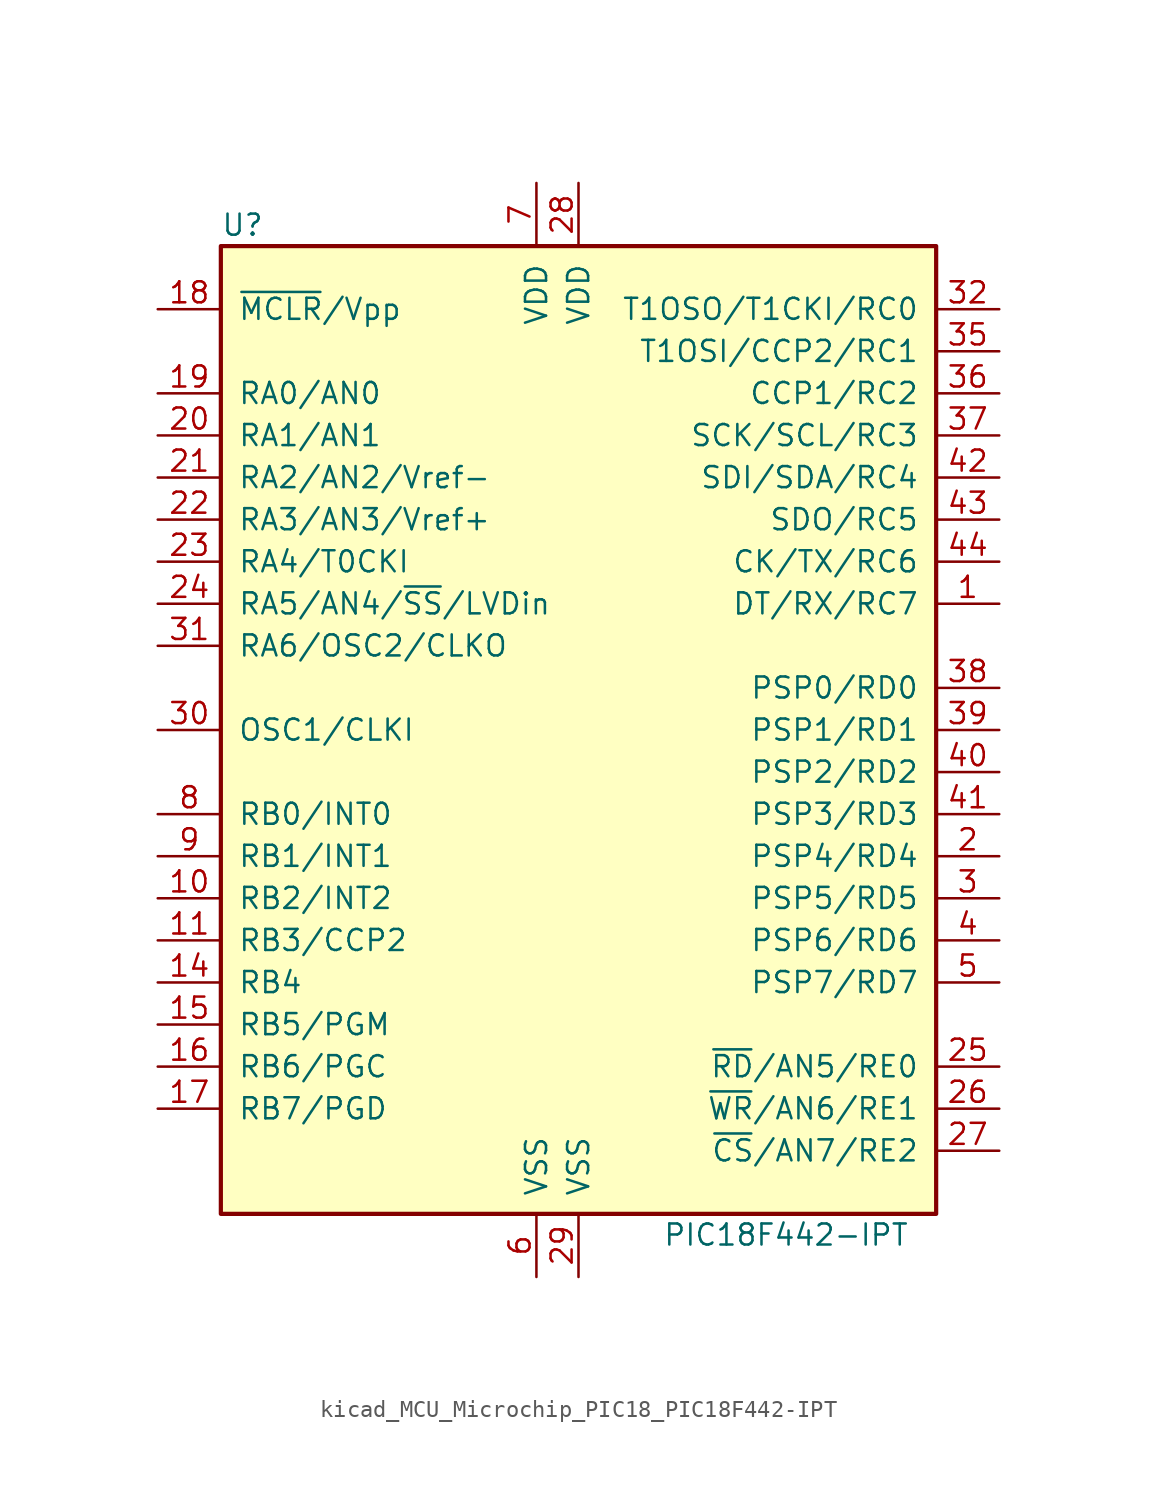
<source format=kicad_sym>
(kicad_symbol_lib
  (version 20220914)
  (generator kicad_symbol_editor)
  (symbol "kicad_MCU_Microchip_PIC18_PIC18F442-IPT"
    (pin_names
      (offset 1.016))
    (property "Reference" "U"
      (at -21.59 30.48 0)
      (effects (font (size 1.27 1.27)) (justify left)))
    (property "Value" "PIC18F442-IPT"
      (at 5.08 -30.48 0)
      (effects (font (size 1.27 1.27)) (justify left)))
    (symbol "kicad_MCU_Microchip_PIC18_PIC18F442-IPT_0_1"
      (rectangle (start 21.59 -29.21) (end -21.59 29.21) (stroke (width 0.254) (type default)) (fill (type background))))
    (symbol "kicad_MCU_Microchip_PIC18_PIC18F442-IPT_1_1"
      (pin bidirectional line (at 25.4 7.62 180) (length 3.81) (name "DT/RX/RC7" (effects (font (size 1.27 1.27)))) (number "1" (effects (font (size 1.27 1.27)))))
      (pin bidirectional line (at -25.4 -10.16 0) (length 3.81) (name "RB2/INT2" (effects (font (size 1.27 1.27)))) (number "10" (effects (font (size 1.27 1.27)))))
      (pin bidirectional line (at -25.4 -12.7 0) (length 3.81) (name "RB3/CCP2" (effects (font (size 1.27 1.27)))) (number "11" (effects (font (size 1.27 1.27)))))
      (pin no_connect line (at -15.24 -29.21 90) (length 3.81) hide (name "NC" (effects (font (size 1.27 1.27)))) (number "12" (effects (font (size 1.27 1.27)))))
      (pin no_connect line (at -12.7 -29.21 90) (length 3.81) hide (name "NC" (effects (font (size 1.27 1.27)))) (number "13" (effects (font (size 1.27 1.27)))))
      (pin bidirectional line (at -25.4 -15.24 0) (length 3.81) (name "RB4" (effects (font (size 1.27 1.27)))) (number "14" (effects (font (size 1.27 1.27)))))
      (pin bidirectional line (at -25.4 -17.78 0) (length 3.81) (name "RB5/PGM" (effects (font (size 1.27 1.27)))) (number "15" (effects (font (size 1.27 1.27)))))
      (pin bidirectional line (at -25.4 -20.32 0) (length 3.81) (name "RB6/PGC" (effects (font (size 1.27 1.27)))) (number "16" (effects (font (size 1.27 1.27)))))
      (pin bidirectional line (at -25.4 -22.86 0) (length 3.81) (name "RB7/PGD" (effects (font (size 1.27 1.27)))) (number "17" (effects (font (size 1.27 1.27)))))
      (pin input line (at -25.4 25.4 0) (length 3.81) (name "~{MCLR}/Vpp" (effects (font (size 1.27 1.27)))) (number "18" (effects (font (size 1.27 1.27)))))
      (pin bidirectional line (at -25.4 20.32 0) (length 3.81) (name "RA0/AN0" (effects (font (size 1.27 1.27)))) (number "19" (effects (font (size 1.27 1.27)))))
      (pin bidirectional line (at 25.4 -7.62 180) (length 3.81) (name "PSP4/RD4" (effects (font (size 1.27 1.27)))) (number "2" (effects (font (size 1.27 1.27)))))
      (pin bidirectional line (at -25.4 17.78 0) (length 3.81) (name "RA1/AN1" (effects (font (size 1.27 1.27)))) (number "20" (effects (font (size 1.27 1.27)))))
      (pin bidirectional line (at -25.4 15.24 0) (length 3.81) (name "RA2/AN2/Vref-" (effects (font (size 1.27 1.27)))) (number "21" (effects (font (size 1.27 1.27)))))
      (pin bidirectional line (at -25.4 12.7 0) (length 3.81) (name "RA3/AN3/Vref+" (effects (font (size 1.27 1.27)))) (number "22" (effects (font (size 1.27 1.27)))))
      (pin bidirectional line (at -25.4 10.16 0) (length 3.81) (name "RA4/T0CKI" (effects (font (size 1.27 1.27)))) (number "23" (effects (font (size 1.27 1.27)))))
      (pin bidirectional line (at -25.4 7.62 0) (length 3.81) (name "RA5/AN4/~{SS}/LVDin" (effects (font (size 1.27 1.27)))) (number "24" (effects (font (size 1.27 1.27)))))
      (pin bidirectional line (at 25.4 -20.32 180) (length 3.81) (name "~{RD}/AN5/RE0" (effects (font (size 1.27 1.27)))) (number "25" (effects (font (size 1.27 1.27)))))
      (pin bidirectional line (at 25.4 -22.86 180) (length 3.81) (name "~{WR}/AN6/RE1" (effects (font (size 1.27 1.27)))) (number "26" (effects (font (size 1.27 1.27)))))
      (pin bidirectional line (at 25.4 -25.4 180) (length 3.81) (name "~{CS}/AN7/RE2" (effects (font (size 1.27 1.27)))) (number "27" (effects (font (size 1.27 1.27)))))
      (pin power_in line (at 0 33.02 270) (length 3.81) (name "VDD" (effects (font (size 1.27 1.27)))) (number "28" (effects (font (size 1.27 1.27)))))
      (pin power_in line (at 0 -33.02 90) (length 3.81) (name "VSS" (effects (font (size 1.27 1.27)))) (number "29" (effects (font (size 1.27 1.27)))))
      (pin bidirectional line (at 25.4 -10.16 180) (length 3.81) (name "PSP5/RD5" (effects (font (size 1.27 1.27)))) (number "3" (effects (font (size 1.27 1.27)))))
      (pin input line (at -25.4 0 0) (length 3.81) (name "OSC1/CLKI" (effects (font (size 1.27 1.27)))) (number "30" (effects (font (size 1.27 1.27)))))
      (pin bidirectional line (at -25.4 5.08 0) (length 3.81) (name "RA6/OSC2/CLKO" (effects (font (size 1.27 1.27)))) (number "31" (effects (font (size 1.27 1.27)))))
      (pin bidirectional line (at 25.4 25.4 180) (length 3.81) (name "T1OSO/T1CKI/RC0" (effects (font (size 1.27 1.27)))) (number "32" (effects (font (size 1.27 1.27)))))
      (pin no_connect line (at -10.16 -29.21 90) (length 3.81) hide (name "NC" (effects (font (size 1.27 1.27)))) (number "33" (effects (font (size 1.27 1.27)))))
      (pin no_connect line (at -7.62 -29.21 90) (length 3.81) hide (name "NC" (effects (font (size 1.27 1.27)))) (number "34" (effects (font (size 1.27 1.27)))))
      (pin bidirectional line (at 25.4 22.86 180) (length 3.81) (name "T1OSI/CCP2/RC1" (effects (font (size 1.27 1.27)))) (number "35" (effects (font (size 1.27 1.27)))))
      (pin bidirectional line (at 25.4 20.32 180) (length 3.81) (name "CCP1/RC2" (effects (font (size 1.27 1.27)))) (number "36" (effects (font (size 1.27 1.27)))))
      (pin bidirectional line (at 25.4 17.78 180) (length 3.81) (name "SCK/SCL/RC3" (effects (font (size 1.27 1.27)))) (number "37" (effects (font (size 1.27 1.27)))))
      (pin bidirectional line (at 25.4 2.54 180) (length 3.81) (name "PSP0/RD0" (effects (font (size 1.27 1.27)))) (number "38" (effects (font (size 1.27 1.27)))))
      (pin bidirectional line (at 25.4 0 180) (length 3.81) (name "PSP1/RD1" (effects (font (size 1.27 1.27)))) (number "39" (effects (font (size 1.27 1.27)))))
      (pin bidirectional line (at 25.4 -12.7 180) (length 3.81) (name "PSP6/RD6" (effects (font (size 1.27 1.27)))) (number "4" (effects (font (size 1.27 1.27)))))
      (pin bidirectional line (at 25.4 -2.54 180) (length 3.81) (name "PSP2/RD2" (effects (font (size 1.27 1.27)))) (number "40" (effects (font (size 1.27 1.27)))))
      (pin bidirectional line (at 25.4 -5.08 180) (length 3.81) (name "PSP3/RD3" (effects (font (size 1.27 1.27)))) (number "41" (effects (font (size 1.27 1.27)))))
      (pin bidirectional line (at 25.4 15.24 180) (length 3.81) (name "SDI/SDA/RC4" (effects (font (size 1.27 1.27)))) (number "42" (effects (font (size 1.27 1.27)))))
      (pin bidirectional line (at 25.4 12.7 180) (length 3.81) (name "SDO/RC5" (effects (font (size 1.27 1.27)))) (number "43" (effects (font (size 1.27 1.27)))))
      (pin bidirectional line (at 25.4 10.16 180) (length 3.81) (name "CK/TX/RC6" (effects (font (size 1.27 1.27)))) (number "44" (effects (font (size 1.27 1.27)))))
      (pin bidirectional line (at 25.4 -15.24 180) (length 3.81) (name "PSP7/RD7" (effects (font (size 1.27 1.27)))) (number "5" (effects (font (size 1.27 1.27)))))
      (pin power_in line (at -2.54 -33.02 90) (length 3.81) (name "VSS" (effects (font (size 1.27 1.27)))) (number "6" (effects (font (size 1.27 1.27)))))
      (pin power_in line (at -2.54 33.02 270) (length 3.81) (name "VDD" (effects (font (size 1.27 1.27)))) (number "7" (effects (font (size 1.27 1.27)))))
      (pin bidirectional line (at -25.4 -5.08 0) (length 3.81) (name "RB0/INT0" (effects (font (size 1.27 1.27)))) (number "8" (effects (font (size 1.27 1.27)))))
      (pin bidirectional line (at -25.4 -7.62 0) (length 3.81) (name "RB1/INT1" (effects (font (size 1.27 1.27)))) (number "9" (effects (font (size 1.27 1.27))))))))
</source>
